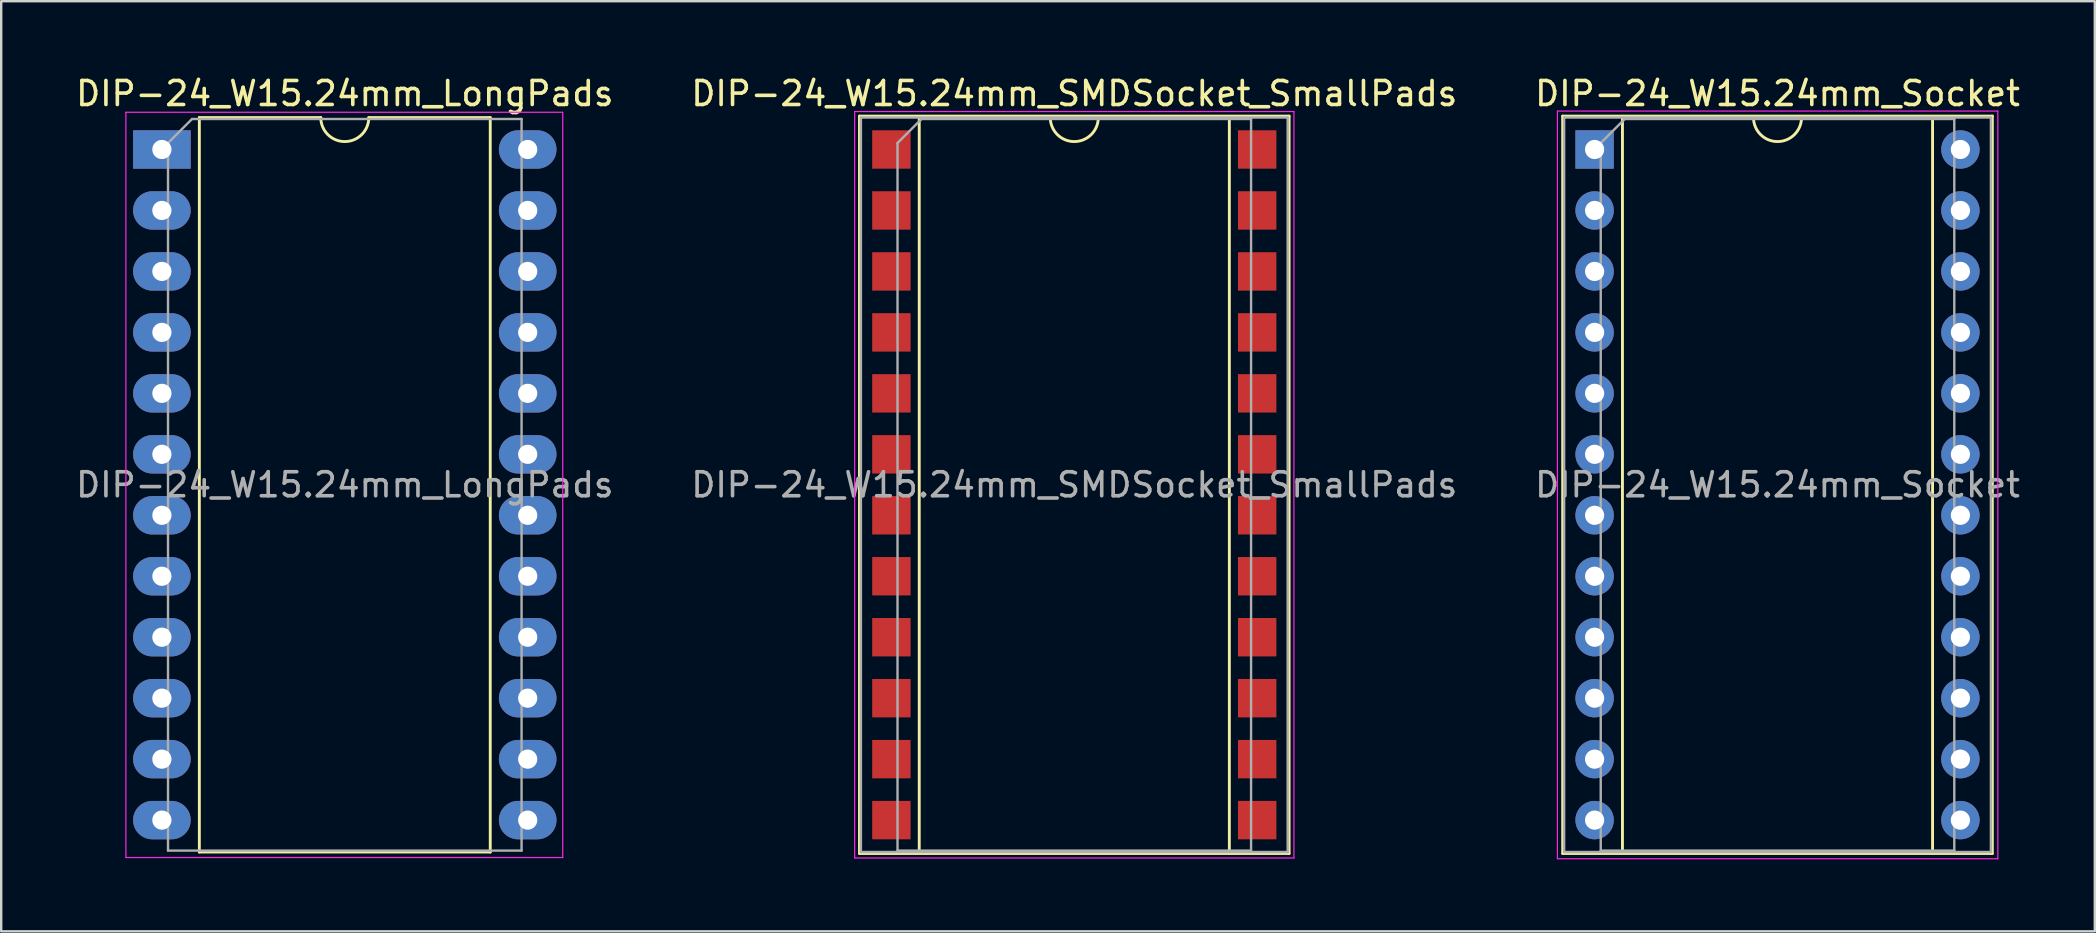
<source format=kicad_pcb>
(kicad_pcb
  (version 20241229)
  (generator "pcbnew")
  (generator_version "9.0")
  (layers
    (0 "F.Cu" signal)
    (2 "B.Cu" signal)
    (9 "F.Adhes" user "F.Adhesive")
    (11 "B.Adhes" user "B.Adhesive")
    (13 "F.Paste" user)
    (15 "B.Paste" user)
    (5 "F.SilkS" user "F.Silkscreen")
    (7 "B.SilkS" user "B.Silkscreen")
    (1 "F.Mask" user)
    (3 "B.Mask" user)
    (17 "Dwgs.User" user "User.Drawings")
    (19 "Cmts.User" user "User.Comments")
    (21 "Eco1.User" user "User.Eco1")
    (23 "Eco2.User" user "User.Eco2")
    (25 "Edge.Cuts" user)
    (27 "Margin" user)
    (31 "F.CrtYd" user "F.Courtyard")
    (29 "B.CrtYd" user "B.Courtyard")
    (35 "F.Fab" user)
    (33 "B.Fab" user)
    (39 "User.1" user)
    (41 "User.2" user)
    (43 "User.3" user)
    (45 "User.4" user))
  (footprint "DIP-24_W15.24mm_Socket"
    (layer "F.Cu")
    (at 63.386 3.178)
    (property "Reference" "DIP-24_W15.24mm_Socket" (at 7.62 -2.33 0) (layer "F.SilkS") (effects (font (size 1 1) (thickness 0.15))))
    (attr through_hole)
    (fp_line (start -1.33 -1.39) (end -1.33 29.33) (stroke (width 0.12) (type solid)) (layer "F.SilkS"))
    (fp_line (start -1.33 29.33) (end 16.57 29.33) (stroke (width 0.12) (type solid)) (layer "F.SilkS"))
    (fp_line (start 1.16 -1.33) (end 1.16 29.27) (stroke (width 0.12) (type solid)) (layer "F.SilkS"))
    (fp_line (start 1.16 29.27) (end 14.08 29.27) (stroke (width 0.12) (type solid)) (layer "F.SilkS"))
    (fp_line (start 6.62 -1.33) (end 1.16 -1.33) (stroke (width 0.12) (type solid)) (layer "F.SilkS"))
    (fp_line (start 14.08 -1.33) (end 8.62 -1.33) (stroke (width 0.12) (type solid)) (layer "F.SilkS"))
    (fp_line (start 14.08 29.27) (end 14.08 -1.33) (stroke (width 0.12) (type solid)) (layer "F.SilkS"))
    (fp_line (start 16.57 -1.39) (end -1.33 -1.39) (stroke (width 0.12) (type solid)) (layer "F.SilkS"))
    (fp_line (start 16.57 29.33) (end 16.57 -1.39) (stroke (width 0.12) (type solid)) (layer "F.SilkS"))
    (fp_arc (start 8.62 -1.33) (mid 7.62 -0.33) (end 6.62 -1.33) (stroke (width 0.12) (type solid)) (layer "F.SilkS"))
    (fp_line (start -1.55 -1.6) (end -1.55 29.55) (stroke (width 0.05) (type solid)) (layer "F.CrtYd"))
    (fp_line (start -1.55 29.55) (end 16.8 29.55) (stroke (width 0.05) (type solid)) (layer "F.CrtYd"))
    (fp_line (start 16.8 -1.6) (end -1.55 -1.6) (stroke (width 0.05) (type solid)) (layer "F.CrtYd"))
    (fp_line (start 16.8 29.55) (end 16.8 -1.6) (stroke (width 0.05) (type solid)) (layer "F.CrtYd"))
    (fp_line (start -1.27 -1.33) (end -1.27 29.27) (stroke (width 0.1) (type solid)) (layer "F.Fab"))
    (fp_line (start -1.27 29.27) (end 16.51 29.27) (stroke (width 0.1) (type solid)) (layer "F.Fab"))
    (fp_line (start 0.255 -0.27) (end 1.255 -1.27) (stroke (width 0.1) (type solid)) (layer "F.Fab"))
    (fp_line (start 0.255 29.21) (end 0.255 -0.27) (stroke (width 0.1) (type solid)) (layer "F.Fab"))
    (fp_line (start 1.255 -1.27) (end 14.985 -1.27) (stroke (width 0.1) (type solid)) (layer "F.Fab"))
    (fp_line (start 14.985 -1.27) (end 14.985 29.21) (stroke (width 0.1) (type solid)) (layer "F.Fab"))
    (fp_line (start 14.985 29.21) (end 0.255 29.21) (stroke (width 0.1) (type solid)) (layer "F.Fab"))
    (fp_line (start 16.51 -1.33) (end -1.27 -1.33) (stroke (width 0.1) (type solid)) (layer "F.Fab"))
    (fp_line (start 16.51 29.27) (end 16.51 -1.33) (stroke (width 0.1) (type solid)) (layer "F.Fab"))
    (fp_text user "${REFERENCE}" (at 7.62 13.97 0) (layer "F.Fab") (effects (font (size 1 1) (thickness 0.15))))
    (pad "1" thru_hole rect (at 0 0) (size 1.6 1.6) (drill 0.8) (layers "*.Cu" "*.Mask"))
    (pad "2" thru_hole oval (at 0 2.54) (size 1.6 1.6) (drill 0.8) (layers "*.Cu" "*.Mask"))
    (pad "3" thru_hole oval (at 0 5.08) (size 1.6 1.6) (drill 0.8) (layers "*.Cu" "*.Mask"))
    (pad "4" thru_hole oval (at 0 7.62) (size 1.6 1.6) (drill 0.8) (layers "*.Cu" "*.Mask"))
    (pad "5" thru_hole oval (at 0 10.16) (size 1.6 1.6) (drill 0.8) (layers "*.Cu" "*.Mask"))
    (pad "6" thru_hole oval (at 0 12.7) (size 1.6 1.6) (drill 0.8) (layers "*.Cu" "*.Mask"))
    (pad "7" thru_hole oval (at 0 15.24) (size 1.6 1.6) (drill 0.8) (layers "*.Cu" "*.Mask"))
    (pad "8" thru_hole oval (at 0 17.78) (size 1.6 1.6) (drill 0.8) (layers "*.Cu" "*.Mask"))
    (pad "9" thru_hole oval (at 0 20.32) (size 1.6 1.6) (drill 0.8) (layers "*.Cu" "*.Mask"))
    (pad "10" thru_hole oval (at 0 22.86) (size 1.6 1.6) (drill 0.8) (layers "*.Cu" "*.Mask"))
    (pad "11" thru_hole oval (at 0 25.4) (size 1.6 1.6) (drill 0.8) (layers "*.Cu" "*.Mask"))
    (pad "12" thru_hole oval (at 0 27.94) (size 1.6 1.6) (drill 0.8) (layers "*.Cu" "*.Mask"))
    (pad "13" thru_hole oval (at 15.24 27.94) (size 1.6 1.6) (drill 0.8) (layers "*.Cu" "*.Mask"))
    (pad "14" thru_hole oval (at 15.24 25.4) (size 1.6 1.6) (drill 0.8) (layers "*.Cu" "*.Mask"))
    (pad "15" thru_hole oval (at 15.24 22.86) (size 1.6 1.6) (drill 0.8) (layers "*.Cu" "*.Mask"))
    (pad "16" thru_hole oval (at 15.24 20.32) (size 1.6 1.6) (drill 0.8) (layers "*.Cu" "*.Mask"))
    (pad "17" thru_hole oval (at 15.24 17.78) (size 1.6 1.6) (drill 0.8) (layers "*.Cu" "*.Mask"))
    (pad "18" thru_hole oval (at 15.24 15.24) (size 1.6 1.6) (drill 0.8) (layers "*.Cu" "*.Mask"))
    (pad "19" thru_hole oval (at 15.24 12.7) (size 1.6 1.6) (drill 0.8) (layers "*.Cu" "*.Mask"))
    (pad "20" thru_hole oval (at 15.24 10.16) (size 1.6 1.6) (drill 0.8) (layers "*.Cu" "*.Mask"))
    (pad "21" thru_hole oval (at 15.24 7.62) (size 1.6 1.6) (drill 0.8) (layers "*.Cu" "*.Mask"))
    (pad "22" thru_hole oval (at 15.24 5.08) (size 1.6 1.6) (drill 0.8) (layers "*.Cu" "*.Mask"))
    (pad "23" thru_hole oval (at 15.24 2.54) (size 1.6 1.6) (drill 0.8) (layers "*.Cu" "*.Mask"))
    (pad "24" thru_hole oval (at 15.24 0) (size 1.6 1.6) (drill 0.8) (layers "*.Cu" "*.Mask")))
  (footprint "DIP-24_W15.24mm_SMDSocket_SmallPads"
    (layer "F.Cu")
    (at 41.708 17.148)
    (property "Reference" "DIP-24_W15.24mm_SMDSocket_SmallPads" (at 0 -16.3 0) (layer "F.SilkS") (effects (font (size 1 1) (thickness 0.15))))
    (attr smd)
    (fp_line (start -8.95 -15.36) (end -8.95 15.36) (stroke (width 0.12) (type solid)) (layer "F.SilkS"))
    (fp_line (start -8.95 15.36) (end 8.95 15.36) (stroke (width 0.12) (type solid)) (layer "F.SilkS"))
    (fp_line (start -6.46 -15.3) (end -6.46 15.3) (stroke (width 0.12) (type solid)) (layer "F.SilkS"))
    (fp_line (start -6.46 15.3) (end 6.46 15.3) (stroke (width 0.12) (type solid)) (layer "F.SilkS"))
    (fp_line (start -1 -15.3) (end -6.46 -15.3) (stroke (width 0.12) (type solid)) (layer "F.SilkS"))
    (fp_line (start 6.46 -15.3) (end 1 -15.3) (stroke (width 0.12) (type solid)) (layer "F.SilkS"))
    (fp_line (start 6.46 15.3) (end 6.46 -15.3) (stroke (width 0.12) (type solid)) (layer "F.SilkS"))
    (fp_line (start 8.95 -15.36) (end -8.95 -15.36) (stroke (width 0.12) (type solid)) (layer "F.SilkS"))
    (fp_line (start 8.95 15.36) (end 8.95 -15.36) (stroke (width 0.12) (type solid)) (layer "F.SilkS"))
    (fp_arc (start 1 -15.3) (mid 0 -14.3) (end -1 -15.3) (stroke (width 0.12) (type solid)) (layer "F.SilkS"))
    (fp_line (start -9.15 -15.55) (end -9.15 15.55) (stroke (width 0.05) (type solid)) (layer "F.CrtYd"))
    (fp_line (start -9.15 15.55) (end 9.15 15.55) (stroke (width 0.05) (type solid)) (layer "F.CrtYd"))
    (fp_line (start 9.15 -15.55) (end -9.15 -15.55) (stroke (width 0.05) (type solid)) (layer "F.CrtYd"))
    (fp_line (start 9.15 15.55) (end 9.15 -15.55) (stroke (width 0.05) (type solid)) (layer "F.CrtYd"))
    (fp_line (start -8.89 -15.3) (end -8.89 15.3) (stroke (width 0.1) (type solid)) (layer "F.Fab"))
    (fp_line (start -8.89 15.3) (end 8.89 15.3) (stroke (width 0.1) (type solid)) (layer "F.Fab"))
    (fp_line (start -7.365 -14.24) (end -6.365 -15.24) (stroke (width 0.1) (type solid)) (layer "F.Fab"))
    (fp_line (start -7.365 15.24) (end -7.365 -14.24) (stroke (width 0.1) (type solid)) (layer "F.Fab"))
    (fp_line (start -6.365 -15.24) (end 7.365 -15.24) (stroke (width 0.1) (type solid)) (layer "F.Fab"))
    (fp_line (start 7.365 -15.24) (end 7.365 15.24) (stroke (width 0.1) (type solid)) (layer "F.Fab"))
    (fp_line (start 7.365 15.24) (end -7.365 15.24) (stroke (width 0.1) (type solid)) (layer "F.Fab"))
    (fp_line (start 8.89 -15.3) (end -8.89 -15.3) (stroke (width 0.1) (type solid)) (layer "F.Fab"))
    (fp_line (start 8.89 15.3) (end 8.89 -15.3) (stroke (width 0.1) (type solid)) (layer "F.Fab"))
    (fp_text user "${REFERENCE}" (at 0 0 0) (layer "F.Fab") (effects (font (size 1 1) (thickness 0.15))))
    (pad "1" smd rect (at -7.62 -13.97) (size 1.6 1.6) (layers "F.Cu" "F.Mask" "F.Paste"))
    (pad "2" smd rect (at -7.62 -11.43) (size 1.6 1.6) (layers "F.Cu" "F.Mask" "F.Paste"))
    (pad "3" smd rect (at -7.62 -8.89) (size 1.6 1.6) (layers "F.Cu" "F.Mask" "F.Paste"))
    (pad "4" smd rect (at -7.62 -6.35) (size 1.6 1.6) (layers "F.Cu" "F.Mask" "F.Paste"))
    (pad "5" smd rect (at -7.62 -3.81) (size 1.6 1.6) (layers "F.Cu" "F.Mask" "F.Paste"))
    (pad "6" smd rect (at -7.62 -1.27) (size 1.6 1.6) (layers "F.Cu" "F.Mask" "F.Paste"))
    (pad "7" smd rect (at -7.62 1.27) (size 1.6 1.6) (layers "F.Cu" "F.Mask" "F.Paste"))
    (pad "8" smd rect (at -7.62 3.81) (size 1.6 1.6) (layers "F.Cu" "F.Mask" "F.Paste"))
    (pad "9" smd rect (at -7.62 6.35) (size 1.6 1.6) (layers "F.Cu" "F.Mask" "F.Paste"))
    (pad "10" smd rect (at -7.62 8.89) (size 1.6 1.6) (layers "F.Cu" "F.Mask" "F.Paste"))
    (pad "11" smd rect (at -7.62 11.43) (size 1.6 1.6) (layers "F.Cu" "F.Mask" "F.Paste"))
    (pad "12" smd rect (at -7.62 13.97) (size 1.6 1.6) (layers "F.Cu" "F.Mask" "F.Paste"))
    (pad "13" smd rect (at 7.62 13.97) (size 1.6 1.6) (layers "F.Cu" "F.Mask" "F.Paste"))
    (pad "14" smd rect (at 7.62 11.43) (size 1.6 1.6) (layers "F.Cu" "F.Mask" "F.Paste"))
    (pad "15" smd rect (at 7.62 8.89) (size 1.6 1.6) (layers "F.Cu" "F.Mask" "F.Paste"))
    (pad "16" smd rect (at 7.62 6.35) (size 1.6 1.6) (layers "F.Cu" "F.Mask" "F.Paste"))
    (pad "17" smd rect (at 7.62 3.81) (size 1.6 1.6) (layers "F.Cu" "F.Mask" "F.Paste"))
    (pad "18" smd rect (at 7.62 1.27) (size 1.6 1.6) (layers "F.Cu" "F.Mask" "F.Paste"))
    (pad "19" smd rect (at 7.62 -1.27) (size 1.6 1.6) (layers "F.Cu" "F.Mask" "F.Paste"))
    (pad "20" smd rect (at 7.62 -3.81) (size 1.6 1.6) (layers "F.Cu" "F.Mask" "F.Paste"))
    (pad "21" smd rect (at 7.62 -6.35) (size 1.6 1.6) (layers "F.Cu" "F.Mask" "F.Paste"))
    (pad "22" smd rect (at 7.62 -8.89) (size 1.6 1.6) (layers "F.Cu" "F.Mask" "F.Paste"))
    (pad "23" smd rect (at 7.62 -11.43) (size 1.6 1.6) (layers "F.Cu" "F.Mask" "F.Paste"))
    (pad "24" smd rect (at 7.62 -13.97) (size 1.6 1.6) (layers "F.Cu" "F.Mask" "F.Paste")))
  (footprint "DIP-24_W15.24mm_LongPads"
    (layer "F.Cu")
    (at 3.695 3.178)
    (property "Reference" "DIP-24_W15.24mm_LongPads" (at 7.62 -2.33 0) (layer "F.SilkS") (effects (font (size 1 1) (thickness 0.15))))
    (attr through_hole)
    (fp_line (start 1.56 -1.33) (end 1.56 29.27) (stroke (width 0.12) (type solid)) (layer "F.SilkS"))
    (fp_line (start 1.56 29.27) (end 13.68 29.27) (stroke (width 0.12) (type solid)) (layer "F.SilkS"))
    (fp_line (start 6.62 -1.33) (end 1.56 -1.33) (stroke (width 0.12) (type solid)) (layer "F.SilkS"))
    (fp_line (start 13.68 -1.33) (end 8.62 -1.33) (stroke (width 0.12) (type solid)) (layer "F.SilkS"))
    (fp_line (start 13.68 29.27) (end 13.68 -1.33) (stroke (width 0.12) (type solid)) (layer "F.SilkS"))
    (fp_arc (start 8.62 -1.33) (mid 7.62 -0.33) (end 6.62 -1.33) (stroke (width 0.12) (type solid)) (layer "F.SilkS"))
    (fp_line (start -1.5 -1.55) (end -1.5 29.5) (stroke (width 0.05) (type solid)) (layer "F.CrtYd"))
    (fp_line (start -1.5 29.5) (end 16.7 29.5) (stroke (width 0.05) (type solid)) (layer "F.CrtYd"))
    (fp_line (start 16.7 -1.55) (end -1.5 -1.55) (stroke (width 0.05) (type solid)) (layer "F.CrtYd"))
    (fp_line (start 16.7 29.5) (end 16.7 -1.55) (stroke (width 0.05) (type solid)) (layer "F.CrtYd"))
    (fp_line (start 0.255 -0.27) (end 1.255 -1.27) (stroke (width 0.1) (type solid)) (layer "F.Fab"))
    (fp_line (start 0.255 29.21) (end 0.255 -0.27) (stroke (width 0.1) (type solid)) (layer "F.Fab"))
    (fp_line (start 1.255 -1.27) (end 14.985 -1.27) (stroke (width 0.1) (type solid)) (layer "F.Fab"))
    (fp_line (start 14.985 -1.27) (end 14.985 29.21) (stroke (width 0.1) (type solid)) (layer "F.Fab"))
    (fp_line (start 14.985 29.21) (end 0.255 29.21) (stroke (width 0.1) (type solid)) (layer "F.Fab"))
    (fp_text user "${REFERENCE}" (at 7.62 13.97 0) (layer "F.Fab") (effects (font (size 1 1) (thickness 0.15))))
    (pad "1" thru_hole rect (at 0 0) (size 2.4 1.6) (drill 0.8) (layers "*.Cu" "*.Mask"))
    (pad "2" thru_hole oval (at 0 2.54) (size 2.4 1.6) (drill 0.8) (layers "*.Cu" "*.Mask"))
    (pad "3" thru_hole oval (at 0 5.08) (size 2.4 1.6) (drill 0.8) (layers "*.Cu" "*.Mask"))
    (pad "4" thru_hole oval (at 0 7.62) (size 2.4 1.6) (drill 0.8) (layers "*.Cu" "*.Mask"))
    (pad "5" thru_hole oval (at 0 10.16) (size 2.4 1.6) (drill 0.8) (layers "*.Cu" "*.Mask"))
    (pad "6" thru_hole oval (at 0 12.7) (size 2.4 1.6) (drill 0.8) (layers "*.Cu" "*.Mask"))
    (pad "7" thru_hole oval (at 0 15.24) (size 2.4 1.6) (drill 0.8) (layers "*.Cu" "*.Mask"))
    (pad "8" thru_hole oval (at 0 17.78) (size 2.4 1.6) (drill 0.8) (layers "*.Cu" "*.Mask"))
    (pad "9" thru_hole oval (at 0 20.32) (size 2.4 1.6) (drill 0.8) (layers "*.Cu" "*.Mask"))
    (pad "10" thru_hole oval (at 0 22.86) (size 2.4 1.6) (drill 0.8) (layers "*.Cu" "*.Mask"))
    (pad "11" thru_hole oval (at 0 25.4) (size 2.4 1.6) (drill 0.8) (layers "*.Cu" "*.Mask"))
    (pad "12" thru_hole oval (at 0 27.94) (size 2.4 1.6) (drill 0.8) (layers "*.Cu" "*.Mask"))
    (pad "13" thru_hole oval (at 15.24 27.94) (size 2.4 1.6) (drill 0.8) (layers "*.Cu" "*.Mask"))
    (pad "14" thru_hole oval (at 15.24 25.4) (size 2.4 1.6) (drill 0.8) (layers "*.Cu" "*.Mask"))
    (pad "15" thru_hole oval (at 15.24 22.86) (size 2.4 1.6) (drill 0.8) (layers "*.Cu" "*.Mask"))
    (pad "16" thru_hole oval (at 15.24 20.32) (size 2.4 1.6) (drill 0.8) (layers "*.Cu" "*.Mask"))
    (pad "17" thru_hole oval (at 15.24 17.78) (size 2.4 1.6) (drill 0.8) (layers "*.Cu" "*.Mask"))
    (pad "18" thru_hole oval (at 15.24 15.24) (size 2.4 1.6) (drill 0.8) (layers "*.Cu" "*.Mask"))
    (pad "19" thru_hole oval (at 15.24 12.7) (size 2.4 1.6) (drill 0.8) (layers "*.Cu" "*.Mask"))
    (pad "20" thru_hole oval (at 15.24 10.16) (size 2.4 1.6) (drill 0.8) (layers "*.Cu" "*.Mask"))
    (pad "21" thru_hole oval (at 15.24 7.62) (size 2.4 1.6) (drill 0.8) (layers "*.Cu" "*.Mask"))
    (pad "22" thru_hole oval (at 15.24 5.08) (size 2.4 1.6) (drill 0.8) (layers "*.Cu" "*.Mask"))
    (pad "23" thru_hole oval (at 15.24 2.54) (size 2.4 1.6) (drill 0.8) (layers "*.Cu" "*.Mask"))
    (pad "24" thru_hole oval (at 15.24 0) (size 2.4 1.6) (drill 0.8) (layers "*.Cu" "*.Mask")))
  (gr_rect
    (start -3 -3)
    (end 84.226 35.753)
    (stroke (width 0.1) (type default))
    (fill no)
    (layer "Edge.Cuts")))
</source>
